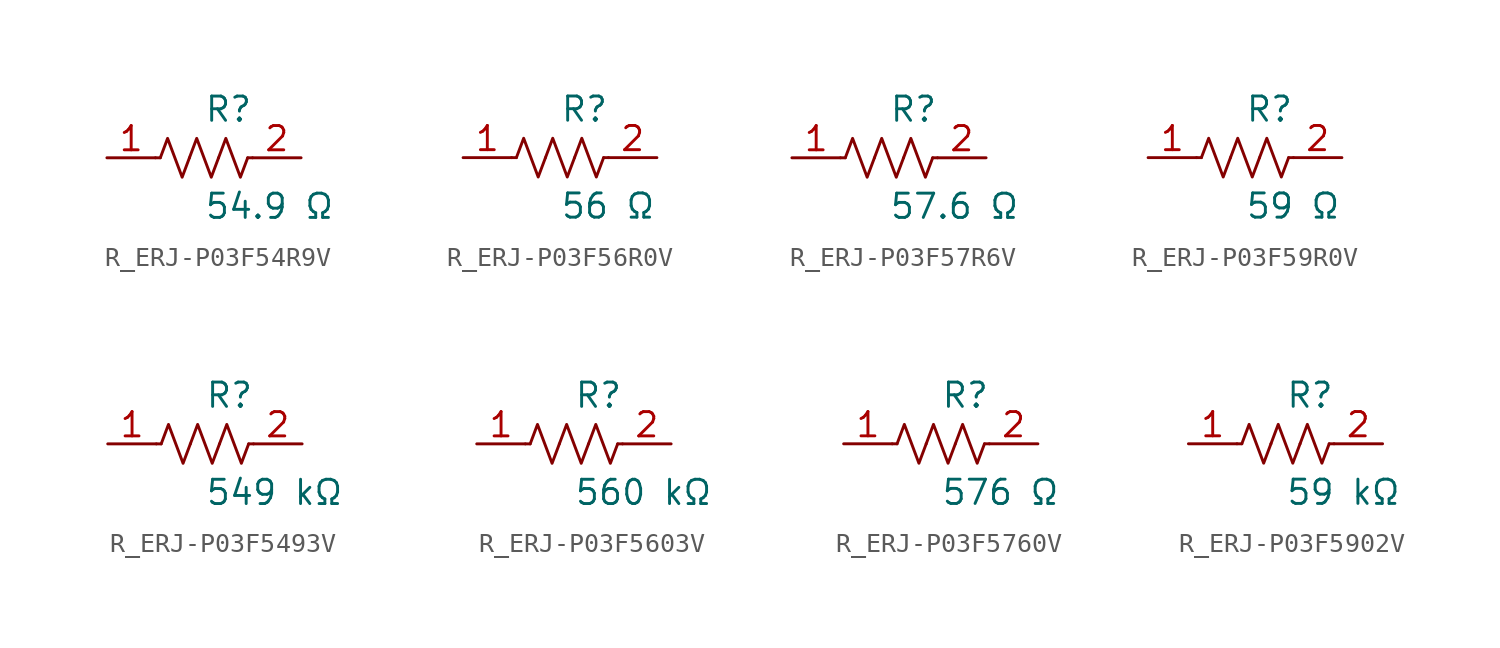
<source format=kicad_sym>
(kicad_symbol_lib
  (version 20231120)
  (generator kicad_symbol_editor)
  (generator_version 8.0)
  (symbol "R_ERJ-P03F54R9V"
    (pin_names
      (offset 0.254))
    (property "Reference" "R"
      (at 0.0 2.54 0)
      (effects (font (size 1.27 1.27)) (justify left)))
    (property "Value" "54.9 Ω"
      (at 0.0 -2.54 0)
      (effects (font (size 1.27 1.27)) (justify left)))
    (symbol "R_ERJ-P03F54R9V_0_1"
      (polyline (pts (xy 2.286 0) (xy 2.54 0)) (stroke (width 0) (type default)) (fill (type none)))
      (polyline (pts (xy -2.286 0) (xy -2.54 0)) (stroke (width 0) (type default)) (fill (type none)))
      (polyline (pts (xy 0.762 0) (xy 1.143 1.016) (xy 1.524 0) (xy 1.905 -1.016) (xy 2.286 0)) (stroke (width 0) (type default)) (fill (type none)))
      (polyline (pts (xy -0.762 0) (xy -0.381 1.016) (xy 0 0) (xy 0.381 -1.016) (xy 0.762 0)) (stroke (width 0) (type default)) (fill (type none)))
      (polyline (pts (xy -2.286 0) (xy -1.905 1.016) (xy -1.524 0) (xy -1.143 -1.016) (xy -0.762 0)) (stroke (width 0) (type default)) (fill (type none))))
    (pin unspecified line
      (at -5.08 0 0)
      (length 2.54)
      (name "" (effects (font (size 1.27 1.27))))
      (number "1" (effects (font (size 1.27 1.27)))))
    (pin unspecified line
      (at 5.08 0 180)
      (length 2.54)
      (name "" (effects (font (size 1.27 1.27))))
      (number "2" (effects (font (size 1.27 1.27))))))
  (symbol "R_ERJ-P03F56R0V"
    (pin_names
      (offset 0.254))
    (property "Reference" "R"
      (at 0.0 2.54 0)
      (effects (font (size 1.27 1.27)) (justify left)))
    (property "Value" "56 Ω"
      (at 0.0 -2.54 0)
      (effects (font (size 1.27 1.27)) (justify left)))
    (symbol "R_ERJ-P03F56R0V_0_1"
      (polyline (pts (xy 2.286 0) (xy 2.54 0)) (stroke (width 0) (type default)) (fill (type none)))
      (polyline (pts (xy -2.286 0) (xy -2.54 0)) (stroke (width 0) (type default)) (fill (type none)))
      (polyline (pts (xy 0.762 0) (xy 1.143 1.016) (xy 1.524 0) (xy 1.905 -1.016) (xy 2.286 0)) (stroke (width 0) (type default)) (fill (type none)))
      (polyline (pts (xy -0.762 0) (xy -0.381 1.016) (xy 0 0) (xy 0.381 -1.016) (xy 0.762 0)) (stroke (width 0) (type default)) (fill (type none)))
      (polyline (pts (xy -2.286 0) (xy -1.905 1.016) (xy -1.524 0) (xy -1.143 -1.016) (xy -0.762 0)) (stroke (width 0) (type default)) (fill (type none))))
    (pin unspecified line
      (at -5.08 0 0)
      (length 2.54)
      (name "" (effects (font (size 1.27 1.27))))
      (number "1" (effects (font (size 1.27 1.27)))))
    (pin unspecified line
      (at 5.08 0 180)
      (length 2.54)
      (name "" (effects (font (size 1.27 1.27))))
      (number "2" (effects (font (size 1.27 1.27))))))
  (symbol "R_ERJ-P03F57R6V"
    (pin_names
      (offset 0.254))
    (property "Reference" "R"
      (at 0.0 2.54 0)
      (effects (font (size 1.27 1.27)) (justify left)))
    (property "Value" "57.6 Ω"
      (at 0.0 -2.54 0)
      (effects (font (size 1.27 1.27)) (justify left)))
    (symbol "R_ERJ-P03F57R6V_0_1"
      (polyline (pts (xy 2.286 0) (xy 2.54 0)) (stroke (width 0) (type default)) (fill (type none)))
      (polyline (pts (xy -2.286 0) (xy -2.54 0)) (stroke (width 0) (type default)) (fill (type none)))
      (polyline (pts (xy 0.762 0) (xy 1.143 1.016) (xy 1.524 0) (xy 1.905 -1.016) (xy 2.286 0)) (stroke (width 0) (type default)) (fill (type none)))
      (polyline (pts (xy -0.762 0) (xy -0.381 1.016) (xy 0 0) (xy 0.381 -1.016) (xy 0.762 0)) (stroke (width 0) (type default)) (fill (type none)))
      (polyline (pts (xy -2.286 0) (xy -1.905 1.016) (xy -1.524 0) (xy -1.143 -1.016) (xy -0.762 0)) (stroke (width 0) (type default)) (fill (type none))))
    (pin unspecified line
      (at -5.08 0 0)
      (length 2.54)
      (name "" (effects (font (size 1.27 1.27))))
      (number "1" (effects (font (size 1.27 1.27)))))
    (pin unspecified line
      (at 5.08 0 180)
      (length 2.54)
      (name "" (effects (font (size 1.27 1.27))))
      (number "2" (effects (font (size 1.27 1.27))))))
  (symbol "R_ERJ-P03F59R0V"
    (pin_names
      (offset 0.254))
    (property "Reference" "R"
      (at 0.0 2.54 0)
      (effects (font (size 1.27 1.27)) (justify left)))
    (property "Value" "59 Ω"
      (at 0.0 -2.54 0)
      (effects (font (size 1.27 1.27)) (justify left)))
    (symbol "R_ERJ-P03F59R0V_0_1"
      (polyline (pts (xy 2.286 0) (xy 2.54 0)) (stroke (width 0) (type default)) (fill (type none)))
      (polyline (pts (xy -2.286 0) (xy -2.54 0)) (stroke (width 0) (type default)) (fill (type none)))
      (polyline (pts (xy 0.762 0) (xy 1.143 1.016) (xy 1.524 0) (xy 1.905 -1.016) (xy 2.286 0)) (stroke (width 0) (type default)) (fill (type none)))
      (polyline (pts (xy -0.762 0) (xy -0.381 1.016) (xy 0 0) (xy 0.381 -1.016) (xy 0.762 0)) (stroke (width 0) (type default)) (fill (type none)))
      (polyline (pts (xy -2.286 0) (xy -1.905 1.016) (xy -1.524 0) (xy -1.143 -1.016) (xy -0.762 0)) (stroke (width 0) (type default)) (fill (type none))))
    (pin unspecified line
      (at -5.08 0 0)
      (length 2.54)
      (name "" (effects (font (size 1.27 1.27))))
      (number "1" (effects (font (size 1.27 1.27)))))
    (pin unspecified line
      (at 5.08 0 180)
      (length 2.54)
      (name "" (effects (font (size 1.27 1.27))))
      (number "2" (effects (font (size 1.27 1.27))))))
  (symbol "R_ERJ-P03F5493V"
    (pin_names
      (offset 0.254))
    (property "Reference" "R"
      (at 0.0 2.54 0)
      (effects (font (size 1.27 1.27)) (justify left)))
    (property "Value" "549 kΩ"
      (at 0.0 -2.54 0)
      (effects (font (size 1.27 1.27)) (justify left)))
    (symbol "R_ERJ-P03F5493V_0_1"
      (polyline (pts (xy 2.286 0) (xy 2.54 0)) (stroke (width 0) (type default)) (fill (type none)))
      (polyline (pts (xy -2.286 0) (xy -2.54 0)) (stroke (width 0) (type default)) (fill (type none)))
      (polyline (pts (xy 0.762 0) (xy 1.143 1.016) (xy 1.524 0) (xy 1.905 -1.016) (xy 2.286 0)) (stroke (width 0) (type default)) (fill (type none)))
      (polyline (pts (xy -0.762 0) (xy -0.381 1.016) (xy 0 0) (xy 0.381 -1.016) (xy 0.762 0)) (stroke (width 0) (type default)) (fill (type none)))
      (polyline (pts (xy -2.286 0) (xy -1.905 1.016) (xy -1.524 0) (xy -1.143 -1.016) (xy -0.762 0)) (stroke (width 0) (type default)) (fill (type none))))
    (pin unspecified line
      (at -5.08 0 0)
      (length 2.54)
      (name "" (effects (font (size 1.27 1.27))))
      (number "1" (effects (font (size 1.27 1.27)))))
    (pin unspecified line
      (at 5.08 0 180)
      (length 2.54)
      (name "" (effects (font (size 1.27 1.27))))
      (number "2" (effects (font (size 1.27 1.27))))))
  (symbol "R_ERJ-P03F5603V"
    (pin_names
      (offset 0.254))
    (property "Reference" "R"
      (at 0.0 2.54 0)
      (effects (font (size 1.27 1.27)) (justify left)))
    (property "Value" "560 kΩ"
      (at 0.0 -2.54 0)
      (effects (font (size 1.27 1.27)) (justify left)))
    (symbol "R_ERJ-P03F5603V_0_1"
      (polyline (pts (xy 2.286 0) (xy 2.54 0)) (stroke (width 0) (type default)) (fill (type none)))
      (polyline (pts (xy -2.286 0) (xy -2.54 0)) (stroke (width 0) (type default)) (fill (type none)))
      (polyline (pts (xy 0.762 0) (xy 1.143 1.016) (xy 1.524 0) (xy 1.905 -1.016) (xy 2.286 0)) (stroke (width 0) (type default)) (fill (type none)))
      (polyline (pts (xy -0.762 0) (xy -0.381 1.016) (xy 0 0) (xy 0.381 -1.016) (xy 0.762 0)) (stroke (width 0) (type default)) (fill (type none)))
      (polyline (pts (xy -2.286 0) (xy -1.905 1.016) (xy -1.524 0) (xy -1.143 -1.016) (xy -0.762 0)) (stroke (width 0) (type default)) (fill (type none))))
    (pin unspecified line
      (at -5.08 0 0)
      (length 2.54)
      (name "" (effects (font (size 1.27 1.27))))
      (number "1" (effects (font (size 1.27 1.27)))))
    (pin unspecified line
      (at 5.08 0 180)
      (length 2.54)
      (name "" (effects (font (size 1.27 1.27))))
      (number "2" (effects (font (size 1.27 1.27))))))
  (symbol "R_ERJ-P03F5760V"
    (pin_names
      (offset 0.254))
    (property "Reference" "R"
      (at 0.0 2.54 0)
      (effects (font (size 1.27 1.27)) (justify left)))
    (property "Value" "576 Ω"
      (at 0.0 -2.54 0)
      (effects (font (size 1.27 1.27)) (justify left)))
    (symbol "R_ERJ-P03F5760V_0_1"
      (polyline (pts (xy 2.286 0) (xy 2.54 0)) (stroke (width 0) (type default)) (fill (type none)))
      (polyline (pts (xy -2.286 0) (xy -2.54 0)) (stroke (width 0) (type default)) (fill (type none)))
      (polyline (pts (xy 0.762 0) (xy 1.143 1.016) (xy 1.524 0) (xy 1.905 -1.016) (xy 2.286 0)) (stroke (width 0) (type default)) (fill (type none)))
      (polyline (pts (xy -0.762 0) (xy -0.381 1.016) (xy 0 0) (xy 0.381 -1.016) (xy 0.762 0)) (stroke (width 0) (type default)) (fill (type none)))
      (polyline (pts (xy -2.286 0) (xy -1.905 1.016) (xy -1.524 0) (xy -1.143 -1.016) (xy -0.762 0)) (stroke (width 0) (type default)) (fill (type none))))
    (pin unspecified line
      (at -5.08 0 0)
      (length 2.54)
      (name "" (effects (font (size 1.27 1.27))))
      (number "1" (effects (font (size 1.27 1.27)))))
    (pin unspecified line
      (at 5.08 0 180)
      (length 2.54)
      (name "" (effects (font (size 1.27 1.27))))
      (number "2" (effects (font (size 1.27 1.27))))))
  (symbol "R_ERJ-P03F5902V"
    (pin_names
      (offset 0.254))
    (property "Reference" "R"
      (at 0.0 2.54 0)
      (effects (font (size 1.27 1.27)) (justify left)))
    (property "Value" "59 kΩ"
      (at 0.0 -2.54 0)
      (effects (font (size 1.27 1.27)) (justify left)))
    (symbol "R_ERJ-P03F5902V_0_1"
      (polyline (pts (xy 2.286 0) (xy 2.54 0)) (stroke (width 0) (type default)) (fill (type none)))
      (polyline (pts (xy -2.286 0) (xy -2.54 0)) (stroke (width 0) (type default)) (fill (type none)))
      (polyline (pts (xy 0.762 0) (xy 1.143 1.016) (xy 1.524 0) (xy 1.905 -1.016) (xy 2.286 0)) (stroke (width 0) (type default)) (fill (type none)))
      (polyline (pts (xy -0.762 0) (xy -0.381 1.016) (xy 0 0) (xy 0.381 -1.016) (xy 0.762 0)) (stroke (width 0) (type default)) (fill (type none)))
      (polyline (pts (xy -2.286 0) (xy -1.905 1.016) (xy -1.524 0) (xy -1.143 -1.016) (xy -0.762 0)) (stroke (width 0) (type default)) (fill (type none))))
    (pin unspecified line
      (at -5.08 0 0)
      (length 2.54)
      (name "" (effects (font (size 1.27 1.27))))
      (number "1" (effects (font (size 1.27 1.27)))))
    (pin unspecified line
      (at 5.08 0 180)
      (length 2.54)
      (name "" (effects (font (size 1.27 1.27))))
      (number "2" (effects (font (size 1.27 1.27)))))))
</source>
